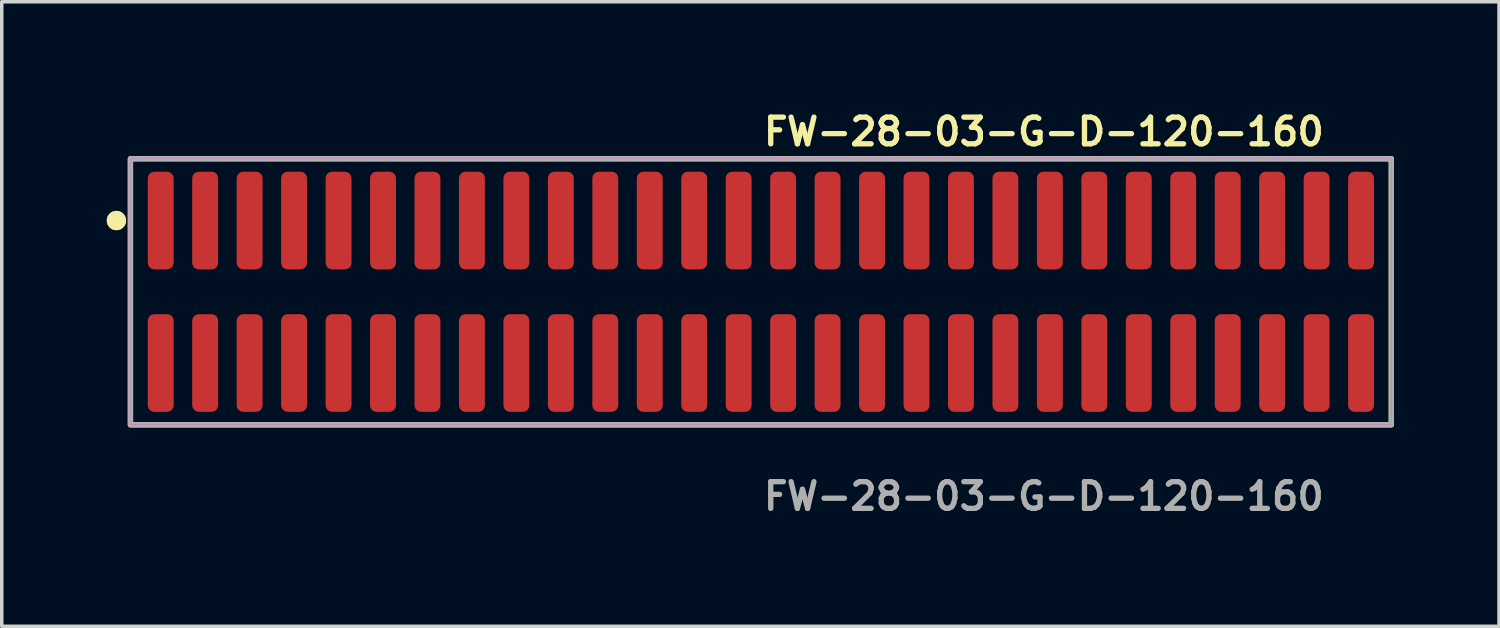
<source format=kicad_pcb>
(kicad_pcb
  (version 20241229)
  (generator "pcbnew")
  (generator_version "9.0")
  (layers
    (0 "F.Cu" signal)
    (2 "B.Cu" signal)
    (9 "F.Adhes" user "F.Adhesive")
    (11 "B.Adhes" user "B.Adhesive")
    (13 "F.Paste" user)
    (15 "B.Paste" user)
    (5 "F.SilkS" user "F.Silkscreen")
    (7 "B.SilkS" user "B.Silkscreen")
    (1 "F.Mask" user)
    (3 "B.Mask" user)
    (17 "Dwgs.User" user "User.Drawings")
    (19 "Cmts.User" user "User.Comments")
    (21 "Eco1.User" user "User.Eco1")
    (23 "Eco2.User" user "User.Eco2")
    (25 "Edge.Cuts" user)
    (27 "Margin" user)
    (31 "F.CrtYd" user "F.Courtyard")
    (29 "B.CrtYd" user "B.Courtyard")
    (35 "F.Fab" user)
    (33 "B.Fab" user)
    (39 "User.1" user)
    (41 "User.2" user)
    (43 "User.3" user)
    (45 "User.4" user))
  (footprint "FW-28-03-G-D-120-160"
    (layer "F.Cu")
    (at 18.686 5.285)
    (property "Reference" "FW-28-03-G-D-120-160" (at 0 -4.572 0) (unlocked yes) (layer "F.SilkS") (effects (font (size 0.762 0.762) (thickness 0.152)) (justify left)))
    (fp_rect (start -18.01 3.8) (end 18.01 -3.8) (stroke (width 0.152) (type solid)) (fill no) (layer "F.SilkS"))
    (fp_circle (center -18.41 -2.035) (end -18.61 -2.035) (stroke (width 0.152) (type solid)) (fill yes) (layer "F.SilkS"))
    (fp_circle (center -18.41 -2.035) (end -18.61 -2.035) (stroke (width 0.152) (type solid)) (fill yes) (layer "F.SilkS"))
    (fp_rect (start -18.01 3.8) (end 18.01 -3.8) (stroke (width 0.006) (type solid)) (fill no) (layer "F.CrtYd"))
    (fp_rect (start -18.01 3.8) (end 18.01 -3.8) (stroke (width 0.152) (type solid)) (fill no) (layer "F.Fab"))
    (fp_text user "${REFERENCE}" (at 0 5.842 0) (unlocked yes) (layer "F.Fab") (effects (font (size 0.762 0.762) (thickness 0.152)) (justify left)))
    (pad "1" smd roundrect (at -17.145 -2.035) (size 0.74 2.79) (layers "F.Cu" "F.Paste") (roundrect_rratio 0.25))
    (pad "2" smd roundrect (at -17.145 2.035) (size 0.74 2.79) (layers "F.Cu" "F.Paste") (roundrect_rratio 0.25))
    (pad "3" smd roundrect (at -15.875 -2.035) (size 0.74 2.79) (layers "F.Cu" "F.Paste") (roundrect_rratio 0.25))
    (pad "4" smd roundrect (at -15.875 2.035) (size 0.74 2.79) (layers "F.Cu" "F.Paste") (roundrect_rratio 0.25))
    (pad "5" smd roundrect (at -14.605 -2.035) (size 0.74 2.79) (layers "F.Cu" "F.Paste") (roundrect_rratio 0.25))
    (pad "6" smd roundrect (at -14.605 2.035) (size 0.74 2.79) (layers "F.Cu" "F.Paste") (roundrect_rratio 0.25))
    (pad "7" smd roundrect (at -13.335 -2.035) (size 0.74 2.79) (layers "F.Cu" "F.Paste") (roundrect_rratio 0.25))
    (pad "8" smd roundrect (at -13.335 2.035) (size 0.74 2.79) (layers "F.Cu" "F.Paste") (roundrect_rratio 0.25))
    (pad "9" smd roundrect (at -12.065 -2.035) (size 0.74 2.79) (layers "F.Cu" "F.Paste") (roundrect_rratio 0.25))
    (pad "10" smd roundrect (at -12.065 2.035) (size 0.74 2.79) (layers "F.Cu" "F.Paste") (roundrect_rratio 0.25))
    (pad "11" smd roundrect (at -10.795 -2.035) (size 0.74 2.79) (layers "F.Cu" "F.Paste") (roundrect_rratio 0.25))
    (pad "12" smd roundrect (at -10.795 2.035) (size 0.74 2.79) (layers "F.Cu" "F.Paste") (roundrect_rratio 0.25))
    (pad "13" smd roundrect (at -9.525 -2.035) (size 0.74 2.79) (layers "F.Cu" "F.Paste") (roundrect_rratio 0.25))
    (pad "14" smd roundrect (at -9.525 2.035) (size 0.74 2.79) (layers "F.Cu" "F.Paste") (roundrect_rratio 0.25))
    (pad "15" smd roundrect (at -8.255 -2.035) (size 0.74 2.79) (layers "F.Cu" "F.Paste") (roundrect_rratio 0.25))
    (pad "16" smd roundrect (at -8.255 2.035) (size 0.74 2.79) (layers "F.Cu" "F.Paste") (roundrect_rratio 0.25))
    (pad "17" smd roundrect (at -6.985 -2.035) (size 0.74 2.79) (layers "F.Cu" "F.Paste") (roundrect_rratio 0.25))
    (pad "18" smd roundrect (at -6.985 2.035) (size 0.74 2.79) (layers "F.Cu" "F.Paste") (roundrect_rratio 0.25))
    (pad "19" smd roundrect (at -5.715 -2.035) (size 0.74 2.79) (layers "F.Cu" "F.Paste") (roundrect_rratio 0.25))
    (pad "20" smd roundrect (at -5.715 2.035) (size 0.74 2.79) (layers "F.Cu" "F.Paste") (roundrect_rratio 0.25))
    (pad "21" smd roundrect (at -4.445 -2.035) (size 0.74 2.79) (layers "F.Cu" "F.Paste") (roundrect_rratio 0.25))
    (pad "22" smd roundrect (at -4.445 2.035) (size 0.74 2.79) (layers "F.Cu" "F.Paste") (roundrect_rratio 0.25))
    (pad "23" smd roundrect (at -3.175 -2.035) (size 0.74 2.79) (layers "F.Cu" "F.Paste") (roundrect_rratio 0.25))
    (pad "24" smd roundrect (at -3.175 2.035) (size 0.74 2.79) (layers "F.Cu" "F.Paste") (roundrect_rratio 0.25))
    (pad "25" smd roundrect (at -1.905 -2.035) (size 0.74 2.79) (layers "F.Cu" "F.Paste") (roundrect_rratio 0.25))
    (pad "26" smd roundrect (at -1.905 2.035) (size 0.74 2.79) (layers "F.Cu" "F.Paste") (roundrect_rratio 0.25))
    (pad "27" smd roundrect (at -0.635 -2.035) (size 0.74 2.79) (layers "F.Cu" "F.Paste") (roundrect_rratio 0.25))
    (pad "28" smd roundrect (at -0.635 2.035) (size 0.74 2.79) (layers "F.Cu" "F.Paste") (roundrect_rratio 0.25))
    (pad "29" smd roundrect (at 0.635 -2.035) (size 0.74 2.79) (layers "F.Cu" "F.Paste") (roundrect_rratio 0.25))
    (pad "30" smd roundrect (at 0.635 2.035) (size 0.74 2.79) (layers "F.Cu" "F.Paste") (roundrect_rratio 0.25))
    (pad "31" smd roundrect (at 1.905 -2.035) (size 0.74 2.79) (layers "F.Cu" "F.Paste") (roundrect_rratio 0.25))
    (pad "32" smd roundrect (at 1.905 2.035) (size 0.74 2.79) (layers "F.Cu" "F.Paste") (roundrect_rratio 0.25))
    (pad "33" smd roundrect (at 3.175 -2.035) (size 0.74 2.79) (layers "F.Cu" "F.Paste") (roundrect_rratio 0.25))
    (pad "34" smd roundrect (at 3.175 2.035) (size 0.74 2.79) (layers "F.Cu" "F.Paste") (roundrect_rratio 0.25))
    (pad "35" smd roundrect (at 4.445 -2.035) (size 0.74 2.79) (layers "F.Cu" "F.Paste") (roundrect_rratio 0.25))
    (pad "36" smd roundrect (at 4.445 2.035) (size 0.74 2.79) (layers "F.Cu" "F.Paste") (roundrect_rratio 0.25))
    (pad "37" smd roundrect (at 5.715 -2.035) (size 0.74 2.79) (layers "F.Cu" "F.Paste") (roundrect_rratio 0.25))
    (pad "38" smd roundrect (at 5.715 2.035) (size 0.74 2.79) (layers "F.Cu" "F.Paste") (roundrect_rratio 0.25))
    (pad "39" smd roundrect (at 6.985 -2.035) (size 0.74 2.79) (layers "F.Cu" "F.Paste") (roundrect_rratio 0.25))
    (pad "40" smd roundrect (at 6.985 2.035) (size 0.74 2.79) (layers "F.Cu" "F.Paste") (roundrect_rratio 0.25))
    (pad "41" smd roundrect (at 8.255 -2.035) (size 0.74 2.79) (layers "F.Cu" "F.Paste") (roundrect_rratio 0.25))
    (pad "42" smd roundrect (at 8.255 2.035) (size 0.74 2.79) (layers "F.Cu" "F.Paste") (roundrect_rratio 0.25))
    (pad "43" smd roundrect (at 9.525 -2.035) (size 0.74 2.79) (layers "F.Cu" "F.Paste") (roundrect_rratio 0.25))
    (pad "44" smd roundrect (at 9.525 2.035) (size 0.74 2.79) (layers "F.Cu" "F.Paste") (roundrect_rratio 0.25))
    (pad "45" smd roundrect (at 10.795 -2.035) (size 0.74 2.79) (layers "F.Cu" "F.Paste") (roundrect_rratio 0.25))
    (pad "46" smd roundrect (at 10.795 2.035) (size 0.74 2.79) (layers "F.Cu" "F.Paste") (roundrect_rratio 0.25))
    (pad "47" smd roundrect (at 12.065 -2.035) (size 0.74 2.79) (layers "F.Cu" "F.Paste") (roundrect_rratio 0.25))
    (pad "48" smd roundrect (at 12.065 2.035) (size 0.74 2.79) (layers "F.Cu" "F.Paste") (roundrect_rratio 0.25))
    (pad "49" smd roundrect (at 13.335 -2.035) (size 0.74 2.79) (layers "F.Cu" "F.Paste") (roundrect_rratio 0.25))
    (pad "50" smd roundrect (at 13.335 2.035) (size 0.74 2.79) (layers "F.Cu" "F.Paste") (roundrect_rratio 0.25))
    (pad "51" smd roundrect (at 14.605 -2.035) (size 0.74 2.79) (layers "F.Cu" "F.Paste") (roundrect_rratio 0.25))
    (pad "52" smd roundrect (at 14.605 2.035) (size 0.74 2.79) (layers "F.Cu" "F.Paste") (roundrect_rratio 0.25))
    (pad "53" smd roundrect (at 15.875 -2.035) (size 0.74 2.79) (layers "F.Cu" "F.Paste") (roundrect_rratio 0.25))
    (pad "54" smd roundrect (at 15.875 2.035) (size 0.74 2.79) (layers "F.Cu" "F.Paste") (roundrect_rratio 0.25))
    (pad "55" smd roundrect (at 17.145 -2.035) (size 0.74 2.79) (layers "F.Cu" "F.Paste") (roundrect_rratio 0.25))
    (pad "56" smd roundrect (at 17.145 2.035) (size 0.74 2.79) (layers "F.Cu" "F.Paste") (roundrect_rratio 0.25)))
  (gr_rect
    (start -3 -3)
    (end 39.772 14.84)
    (stroke (width 0.1) (type default))
    (fill no)
    (layer "Edge.Cuts")))
</source>
